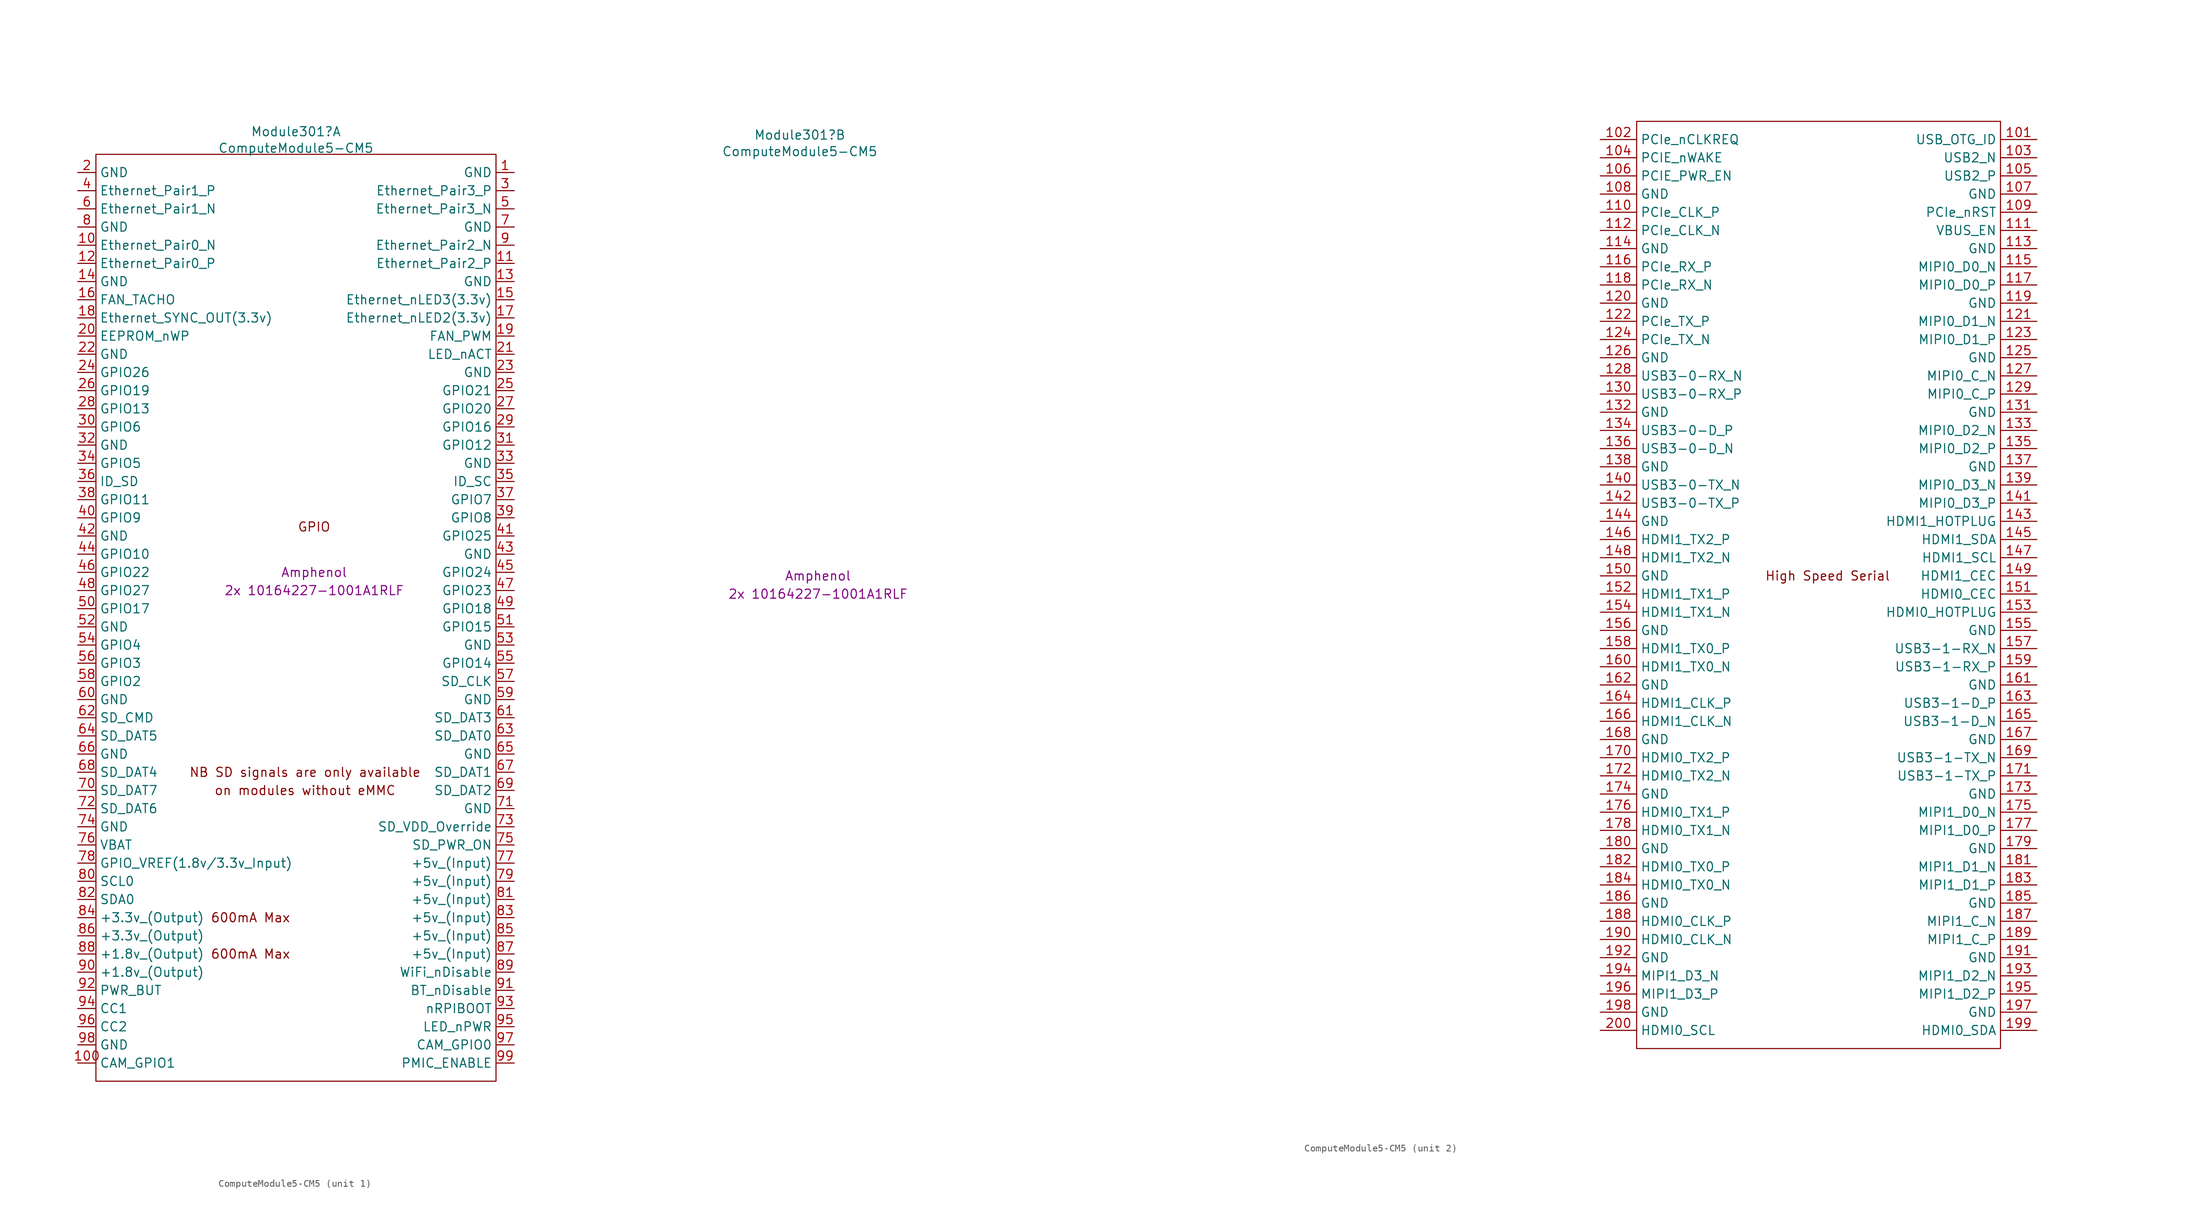
<source format=kicad_sym>
(kicad_symbol_lib
  (version 20231120)
  (generator "kicad_symbol_editor")
  (generator_version "8.0")
  (symbol "ComputeModule5-CM5"
    (property "Reference" "Module301"
      (at -2.54 61.595 0)
      (effects (font (size 1.27 1.27))))
    (property "Value" "ComputeModule5-CM5"
      (at -2.54 59.284 0)
      (effects (font (size 1.27 1.27))))
    (property "Field4" "Amphenol"
      (at 0 0 0)
      (effects (font (size 1.27 1.27))))
    (property "Field5" "2x 10164227-1001A1RLF"
      (at 0 -2.54 0)
      (effects (font (size 1.27 1.27))))
    (property "ki_locked" ""
      (at 0 0 0)
      (effects (font (size 1.27 1.27))))
    (symbol "ComputeModule5-CM5_1_0"
      (text "GPIO" (at 0 6.35 0) (effects (font (size 1.27 1.27)))))
    (symbol "ComputeModule5-CM5_1_1"
      (rectangle (start -30.48 -71.12) (end 25.4 58.42) (stroke (width 0) (type default)) (fill (type none)))
      (text "600mA Max" (at -8.89 -53.34 0) (effects (font (size 1.27 1.27))))
      (text "600mA Max" (at -8.89 -48.26 0) (effects (font (size 1.27 1.27))))
      (text "NB SD signals are only available" (at -1.27 -27.94 0) (effects (font (size 1.27 1.27))))
      (text "on modules without eMMC" (at -1.27 -30.48 0) (effects (font (size 1.27 1.27))))
      (pin power_in line (at 27.94 55.88 180) (length 2.54) (name "GND" (effects (font (size 1.27 1.27)))) (number "1" (effects (font (size 1.27 1.27)))))
      (pin passive line (at -33.02 45.72 0) (length 2.54) (name "Ethernet_Pair0_N" (effects (font (size 1.27 1.27)))) (number "10" (effects (font (size 1.27 1.27)))))
      (pin passive line (at -33.02 -68.58 0) (length 2.54) (name "CAM_GPIO1" (effects (font (size 1.27 1.27)))) (number "100" (effects (font (size 1.27 1.27)))))
      (pin passive line (at 27.94 43.18 180) (length 2.54) (name "Ethernet_Pair2_P" (effects (font (size 1.27 1.27)))) (number "11" (effects (font (size 1.27 1.27)))))
      (pin passive line (at -33.02 43.18 0) (length 2.54) (name "Ethernet_Pair0_P" (effects (font (size 1.27 1.27)))) (number "12" (effects (font (size 1.27 1.27)))))
      (pin power_in line (at 27.94 40.64 180) (length 2.54) (name "GND" (effects (font (size 1.27 1.27)))) (number "13" (effects (font (size 1.27 1.27)))))
      (pin power_in line (at -33.02 40.64 0) (length 2.54) (name "GND" (effects (font (size 1.27 1.27)))) (number "14" (effects (font (size 1.27 1.27)))))
      (pin output line (at 27.94 38.1 180) (length 2.54) (name "Ethernet_nLED3(3.3v)" (effects (font (size 1.27 1.27)))) (number "15" (effects (font (size 1.27 1.27)))))
      (pin input line (at -33.02 38.1 0) (length 2.54) (name "FAN_TACHO" (effects (font (size 1.27 1.27)))) (number "16" (effects (font (size 1.27 1.27)))))
      (pin output line (at 27.94 35.56 180) (length 2.54) (name "Ethernet_nLED2(3.3v)" (effects (font (size 1.27 1.27)))) (number "17" (effects (font (size 1.27 1.27)))))
      (pin input line (at -33.02 35.56 0) (length 2.54) (name "Ethernet_SYNC_OUT(3.3v)" (effects (font (size 1.27 1.27)))) (number "18" (effects (font (size 1.27 1.27)))))
      (pin output line (at 27.94 33.02 180) (length 2.54) (name "FAN_PWM" (effects (font (size 1.27 1.27)))) (number "19" (effects (font (size 1.27 1.27)))))
      (pin power_in line (at -33.02 55.88 0) (length 2.54) (name "GND" (effects (font (size 1.27 1.27)))) (number "2" (effects (font (size 1.27 1.27)))))
      (pin passive line (at -33.02 33.02 0) (length 2.54) (name "EEPROM_nWP" (effects (font (size 1.27 1.27)))) (number "20" (effects (font (size 1.27 1.27)))))
      (pin open_collector line (at 27.94 30.48 180) (length 2.54) (name "LED_nACT" (effects (font (size 1.27 1.27)))) (number "21" (effects (font (size 1.27 1.27)))))
      (pin power_in line (at -33.02 30.48 0) (length 2.54) (name "GND" (effects (font (size 1.27 1.27)))) (number "22" (effects (font (size 1.27 1.27)))))
      (pin power_in line (at 27.94 27.94 180) (length 2.54) (name "GND" (effects (font (size 1.27 1.27)))) (number "23" (effects (font (size 1.27 1.27)))))
      (pin passive line (at -33.02 27.94 0) (length 2.54) (name "GPIO26" (effects (font (size 1.27 1.27)))) (number "24" (effects (font (size 1.27 1.27)))))
      (pin passive line (at 27.94 25.4 180) (length 2.54) (name "GPIO21" (effects (font (size 1.27 1.27)))) (number "25" (effects (font (size 1.27 1.27)))))
      (pin passive line (at -33.02 25.4 0) (length 2.54) (name "GPIO19" (effects (font (size 1.27 1.27)))) (number "26" (effects (font (size 1.27 1.27)))))
      (pin passive line (at 27.94 22.86 180) (length 2.54) (name "GPIO20" (effects (font (size 1.27 1.27)))) (number "27" (effects (font (size 1.27 1.27)))))
      (pin passive line (at -33.02 22.86 0) (length 2.54) (name "GPIO13" (effects (font (size 1.27 1.27)))) (number "28" (effects (font (size 1.27 1.27)))))
      (pin passive line (at 27.94 20.32 180) (length 2.54) (name "GPIO16" (effects (font (size 1.27 1.27)))) (number "29" (effects (font (size 1.27 1.27)))))
      (pin passive line (at 27.94 53.34 180) (length 2.54) (name "Ethernet_Pair3_P" (effects (font (size 1.27 1.27)))) (number "3" (effects (font (size 1.27 1.27)))))
      (pin passive line (at -33.02 20.32 0) (length 2.54) (name "GPIO6" (effects (font (size 1.27 1.27)))) (number "30" (effects (font (size 1.27 1.27)))))
      (pin passive line (at 27.94 17.78 180) (length 2.54) (name "GPIO12" (effects (font (size 1.27 1.27)))) (number "31" (effects (font (size 1.27 1.27)))))
      (pin power_in line (at -33.02 17.78 0) (length 2.54) (name "GND" (effects (font (size 1.27 1.27)))) (number "32" (effects (font (size 1.27 1.27)))))
      (pin power_in line (at 27.94 15.24 180) (length 2.54) (name "GND" (effects (font (size 1.27 1.27)))) (number "33" (effects (font (size 1.27 1.27)))))
      (pin passive line (at -33.02 15.24 0) (length 2.54) (name "GPIO5" (effects (font (size 1.27 1.27)))) (number "34" (effects (font (size 1.27 1.27)))))
      (pin passive line (at 27.94 12.7 180) (length 2.54) (name "ID_SC" (effects (font (size 1.27 1.27)))) (number "35" (effects (font (size 1.27 1.27)))))
      (pin passive line (at -33.02 12.7 0) (length 2.54) (name "ID_SD" (effects (font (size 1.27 1.27)))) (number "36" (effects (font (size 1.27 1.27)))))
      (pin passive line (at 27.94 10.16 180) (length 2.54) (name "GPIO7" (effects (font (size 1.27 1.27)))) (number "37" (effects (font (size 1.27 1.27)))))
      (pin passive line (at -33.02 10.16 0) (length 2.54) (name "GPIO11" (effects (font (size 1.27 1.27)))) (number "38" (effects (font (size 1.27 1.27)))))
      (pin passive line (at 27.94 7.62 180) (length 2.54) (name "GPIO8" (effects (font (size 1.27 1.27)))) (number "39" (effects (font (size 1.27 1.27)))))
      (pin passive line (at -33.02 53.34 0) (length 2.54) (name "Ethernet_Pair1_P" (effects (font (size 1.27 1.27)))) (number "4" (effects (font (size 1.27 1.27)))))
      (pin passive line (at -33.02 7.62 0) (length 2.54) (name "GPIO9" (effects (font (size 1.27 1.27)))) (number "40" (effects (font (size 1.27 1.27)))))
      (pin passive line (at 27.94 5.08 180) (length 2.54) (name "GPIO25" (effects (font (size 1.27 1.27)))) (number "41" (effects (font (size 1.27 1.27)))))
      (pin power_in line (at -33.02 5.08 0) (length 2.54) (name "GND" (effects (font (size 1.27 1.27)))) (number "42" (effects (font (size 1.27 1.27)))))
      (pin power_in line (at 27.94 2.54 180) (length 2.54) (name "GND" (effects (font (size 1.27 1.27)))) (number "43" (effects (font (size 1.27 1.27)))))
      (pin passive line (at -33.02 2.54 0) (length 2.54) (name "GPIO10" (effects (font (size 1.27 1.27)))) (number "44" (effects (font (size 1.27 1.27)))))
      (pin passive line (at 27.94 0 180) (length 2.54) (name "GPIO24" (effects (font (size 1.27 1.27)))) (number "45" (effects (font (size 1.27 1.27)))))
      (pin passive line (at -33.02 0 0) (length 2.54) (name "GPIO22" (effects (font (size 1.27 1.27)))) (number "46" (effects (font (size 1.27 1.27)))))
      (pin passive line (at 27.94 -2.54 180) (length 2.54) (name "GPIO23" (effects (font (size 1.27 1.27)))) (number "47" (effects (font (size 1.27 1.27)))))
      (pin passive line (at -33.02 -2.54 0) (length 2.54) (name "GPIO27" (effects (font (size 1.27 1.27)))) (number "48" (effects (font (size 1.27 1.27)))))
      (pin passive line (at 27.94 -5.08 180) (length 2.54) (name "GPIO18" (effects (font (size 1.27 1.27)))) (number "49" (effects (font (size 1.27 1.27)))))
      (pin passive line (at 27.94 50.8 180) (length 2.54) (name "Ethernet_Pair3_N" (effects (font (size 1.27 1.27)))) (number "5" (effects (font (size 1.27 1.27)))))
      (pin passive line (at -33.02 -5.08 0) (length 2.54) (name "GPIO17" (effects (font (size 1.27 1.27)))) (number "50" (effects (font (size 1.27 1.27)))))
      (pin passive line (at 27.94 -7.62 180) (length 2.54) (name "GPIO15" (effects (font (size 1.27 1.27)))) (number "51" (effects (font (size 1.27 1.27)))))
      (pin power_in line (at -33.02 -7.62 0) (length 2.54) (name "GND" (effects (font (size 1.27 1.27)))) (number "52" (effects (font (size 1.27 1.27)))))
      (pin power_in line (at 27.94 -10.16 180) (length 2.54) (name "GND" (effects (font (size 1.27 1.27)))) (number "53" (effects (font (size 1.27 1.27)))))
      (pin passive line (at -33.02 -10.16 0) (length 2.54) (name "GPIO4" (effects (font (size 1.27 1.27)))) (number "54" (effects (font (size 1.27 1.27)))))
      (pin passive line (at 27.94 -12.7 180) (length 2.54) (name "GPIO14" (effects (font (size 1.27 1.27)))) (number "55" (effects (font (size 1.27 1.27)))))
      (pin passive line (at -33.02 -12.7 0) (length 2.54) (name "GPIO3" (effects (font (size 1.27 1.27)))) (number "56" (effects (font (size 1.27 1.27)))))
      (pin passive line (at 27.94 -15.24 180) (length 2.54) (name "SD_CLK" (effects (font (size 1.27 1.27)))) (number "57" (effects (font (size 1.27 1.27)))))
      (pin passive line (at -33.02 -15.24 0) (length 2.54) (name "GPIO2" (effects (font (size 1.27 1.27)))) (number "58" (effects (font (size 1.27 1.27)))))
      (pin power_in line (at 27.94 -17.78 180) (length 2.54) (name "GND" (effects (font (size 1.27 1.27)))) (number "59" (effects (font (size 1.27 1.27)))))
      (pin passive line (at -33.02 50.8 0) (length 2.54) (name "Ethernet_Pair1_N" (effects (font (size 1.27 1.27)))) (number "6" (effects (font (size 1.27 1.27)))))
      (pin power_in line (at -33.02 -17.78 0) (length 2.54) (name "GND" (effects (font (size 1.27 1.27)))) (number "60" (effects (font (size 1.27 1.27)))))
      (pin passive line (at 27.94 -20.32 180) (length 2.54) (name "SD_DAT3" (effects (font (size 1.27 1.27)))) (number "61" (effects (font (size 1.27 1.27)))))
      (pin passive line (at -33.02 -20.32 0) (length 2.54) (name "SD_CMD" (effects (font (size 1.27 1.27)))) (number "62" (effects (font (size 1.27 1.27)))))
      (pin passive line (at 27.94 -22.86 180) (length 2.54) (name "SD_DAT0" (effects (font (size 1.27 1.27)))) (number "63" (effects (font (size 1.27 1.27)))))
      (pin passive line (at -33.02 -22.86 0) (length 2.54) (name "SD_DAT5" (effects (font (size 1.27 1.27)))) (number "64" (effects (font (size 1.27 1.27)))))
      (pin power_in line (at 27.94 -25.4 180) (length 2.54) (name "GND" (effects (font (size 1.27 1.27)))) (number "65" (effects (font (size 1.27 1.27)))))
      (pin power_in line (at -33.02 -25.4 0) (length 2.54) (name "GND" (effects (font (size 1.27 1.27)))) (number "66" (effects (font (size 1.27 1.27)))))
      (pin passive line (at 27.94 -27.94 180) (length 2.54) (name "SD_DAT1" (effects (font (size 1.27 1.27)))) (number "67" (effects (font (size 1.27 1.27)))))
      (pin passive line (at -33.02 -27.94 0) (length 2.54) (name "SD_DAT4" (effects (font (size 1.27 1.27)))) (number "68" (effects (font (size 1.27 1.27)))))
      (pin passive line (at 27.94 -30.48 180) (length 2.54) (name "SD_DAT2" (effects (font (size 1.27 1.27)))) (number "69" (effects (font (size 1.27 1.27)))))
      (pin power_in line (at 27.94 48.26 180) (length 2.54) (name "GND" (effects (font (size 1.27 1.27)))) (number "7" (effects (font (size 1.27 1.27)))))
      (pin passive line (at -33.02 -30.48 0) (length 2.54) (name "SD_DAT7" (effects (font (size 1.27 1.27)))) (number "70" (effects (font (size 1.27 1.27)))))
      (pin power_in line (at 27.94 -33.02 180) (length 2.54) (name "GND" (effects (font (size 1.27 1.27)))) (number "71" (effects (font (size 1.27 1.27)))))
      (pin passive line (at -33.02 -33.02 0) (length 2.54) (name "SD_DAT6" (effects (font (size 1.27 1.27)))) (number "72" (effects (font (size 1.27 1.27)))))
      (pin input line (at 27.94 -35.56 180) (length 2.54) (name "SD_VDD_Override" (effects (font (size 1.27 1.27)))) (number "73" (effects (font (size 1.27 1.27)))))
      (pin power_in line (at -33.02 -35.56 0) (length 2.54) (name "GND" (effects (font (size 1.27 1.27)))) (number "74" (effects (font (size 1.27 1.27)))))
      (pin output line (at 27.94 -38.1 180) (length 2.54) (name "SD_PWR_ON" (effects (font (size 1.27 1.27)))) (number "75" (effects (font (size 1.27 1.27)))))
      (pin passive line (at -33.02 -38.1 0) (length 2.54) (name "VBAT" (effects (font (size 1.27 1.27)))) (number "76" (effects (font (size 1.27 1.27)))))
      (pin power_in line (at 27.94 -40.64 180) (length 2.54) (name "+5v_(Input)" (effects (font (size 1.27 1.27)))) (number "77" (effects (font (size 1.27 1.27)))))
      (pin power_in line (at -33.02 -40.64 0) (length 2.54) (name "GPIO_VREF(1.8v/3.3v_Input)" (effects (font (size 1.27 1.27)))) (number "78" (effects (font (size 1.27 1.27)))))
      (pin power_in line (at 27.94 -43.18 180) (length 2.54) (name "+5v_(Input)" (effects (font (size 1.27 1.27)))) (number "79" (effects (font (size 1.27 1.27)))))
      (pin power_in line (at -33.02 48.26 0) (length 2.54) (name "GND" (effects (font (size 1.27 1.27)))) (number "8" (effects (font (size 1.27 1.27)))))
      (pin passive line (at -33.02 -43.18 0) (length 2.54) (name "SCL0" (effects (font (size 1.27 1.27)))) (number "80" (effects (font (size 1.27 1.27)))))
      (pin power_in line (at 27.94 -45.72 180) (length 2.54) (name "+5v_(Input)" (effects (font (size 1.27 1.27)))) (number "81" (effects (font (size 1.27 1.27)))))
      (pin passive line (at -33.02 -45.72 0) (length 2.54) (name "SDA0" (effects (font (size 1.27 1.27)))) (number "82" (effects (font (size 1.27 1.27)))))
      (pin power_in line (at 27.94 -48.26 180) (length 2.54) (name "+5v_(Input)" (effects (font (size 1.27 1.27)))) (number "83" (effects (font (size 1.27 1.27)))))
      (pin power_out line (at -33.02 -48.26 0) (length 2.54) (name "+3.3v_(Output)" (effects (font (size 1.27 1.27)))) (number "84" (effects (font (size 1.27 1.27)))))
      (pin power_in line (at 27.94 -50.8 180) (length 2.54) (name "+5v_(Input)" (effects (font (size 1.27 1.27)))) (number "85" (effects (font (size 1.27 1.27)))))
      (pin passive line (at -33.02 -50.8 0) (length 2.54) (name "+3.3v_(Output)" (effects (font (size 1.27 1.27)))) (number "86" (effects (font (size 1.27 1.27)))))
      (pin power_in line (at 27.94 -53.34 180) (length 2.54) (name "+5v_(Input)" (effects (font (size 1.27 1.27)))) (number "87" (effects (font (size 1.27 1.27)))))
      (pin power_out line (at -33.02 -53.34 0) (length 2.54) (name "+1.8v_(Output)" (effects (font (size 1.27 1.27)))) (number "88" (effects (font (size 1.27 1.27)))))
      (pin input line (at 27.94 -55.88 180) (length 2.54) (name "WiFi_nDisable" (effects (font (size 1.27 1.27)))) (number "89" (effects (font (size 1.27 1.27)))))
      (pin passive line (at 27.94 45.72 180) (length 2.54) (name "Ethernet_Pair2_N" (effects (font (size 1.27 1.27)))) (number "9" (effects (font (size 1.27 1.27)))))
      (pin passive line (at -33.02 -55.88 0) (length 2.54) (name "+1.8v_(Output)" (effects (font (size 1.27 1.27)))) (number "90" (effects (font (size 1.27 1.27)))))
      (pin input line (at 27.94 -58.42 180) (length 2.54) (name "BT_nDisable" (effects (font (size 1.27 1.27)))) (number "91" (effects (font (size 1.27 1.27)))))
      (pin passive line (at -33.02 -58.42 0) (length 2.54) (name "PWR_BUT" (effects (font (size 1.27 1.27)))) (number "92" (effects (font (size 1.27 1.27)))))
      (pin input line (at 27.94 -60.96 180) (length 2.54) (name "nRPIBOOT" (effects (font (size 1.27 1.27)))) (number "93" (effects (font (size 1.27 1.27)))))
      (pin passive line (at -33.02 -60.96 0) (length 2.54) (name "CC1" (effects (font (size 1.27 1.27)))) (number "94" (effects (font (size 1.27 1.27)))))
      (pin output line (at 27.94 -63.5 180) (length 2.54) (name "LED_nPWR" (effects (font (size 1.27 1.27)))) (number "95" (effects (font (size 1.27 1.27)))))
      (pin passive line (at -33.02 -63.5 0) (length 2.54) (name "CC2" (effects (font (size 1.27 1.27)))) (number "96" (effects (font (size 1.27 1.27)))))
      (pin passive line (at 27.94 -66.04 180) (length 2.54) (name "CAM_GPIO0" (effects (font (size 1.27 1.27)))) (number "97" (effects (font (size 1.27 1.27)))))
      (pin power_in line (at -33.02 -66.04 0) (length 2.54) (name "GND" (effects (font (size 1.27 1.27)))) (number "98" (effects (font (size 1.27 1.27)))))
      (pin input line (at 27.94 -68.58 180) (length 2.54) (name "PMIC_ENABLE" (effects (font (size 1.27 1.27)))) (number "99" (effects (font (size 1.27 1.27))))))
    (symbol "ComputeModule5-CM5_2_1"
      (rectangle (start 114.3 -66.04) (end 165.1 63.5) (stroke (width 0) (type default)) (fill (type none)))
      (text "High Speed Serial" (at 140.97 0 0) (effects (font (size 1.27 1.27))))
      (pin input line (at 170.18 60.96 180) (length 5.08) (name "USB_OTG_ID" (effects (font (size 1.27 1.27)))) (number "101" (effects (font (size 1.27 1.27)))))
      (pin input line (at 109.22 60.96 0) (length 5.08) (name "PCIe_nCLKREQ" (effects (font (size 1.27 1.27)))) (number "102" (effects (font (size 1.27 1.27)))))
      (pin passive line (at 170.18 58.42 180) (length 5.08) (name "USB2_N" (effects (font (size 1.27 1.27)))) (number "103" (effects (font (size 1.27 1.27)))))
      (pin input line (at 109.22 58.42 0) (length 5.08) (name "PCIE_nWAKE" (effects (font (size 1.27 1.27)))) (number "104" (effects (font (size 1.27 1.27)))))
      (pin passive line (at 170.18 55.88 180) (length 5.08) (name "USB2_P" (effects (font (size 1.27 1.27)))) (number "105" (effects (font (size 1.27 1.27)))))
      (pin output line (at 109.22 55.88 0) (length 5.08) (name "PCIE_PWR_EN" (effects (font (size 1.27 1.27)))) (number "106" (effects (font (size 1.27 1.27)))))
      (pin power_in line (at 170.18 53.34 180) (length 5.08) (name "GND" (effects (font (size 1.27 1.27)))) (number "107" (effects (font (size 1.27 1.27)))))
      (pin power_in line (at 109.22 53.34 0) (length 5.08) (name "GND" (effects (font (size 1.27 1.27)))) (number "108" (effects (font (size 1.27 1.27)))))
      (pin output line (at 170.18 50.8 180) (length 5.08) (name "PCIe_nRST" (effects (font (size 1.27 1.27)))) (number "109" (effects (font (size 1.27 1.27)))))
      (pin output line (at 109.22 50.8 0) (length 5.08) (name "PCIe_CLK_P" (effects (font (size 1.27 1.27)))) (number "110" (effects (font (size 1.27 1.27)))))
      (pin output line (at 170.18 48.26 180) (length 5.08) (name "VBUS_EN" (effects (font (size 1.27 1.27)))) (number "111" (effects (font (size 1.27 1.27)))))
      (pin output line (at 109.22 48.26 0) (length 5.08) (name "PCIe_CLK_N" (effects (font (size 1.27 1.27)))) (number "112" (effects (font (size 1.27 1.27)))))
      (pin power_in line (at 170.18 45.72 180) (length 5.08) (name "GND" (effects (font (size 1.27 1.27)))) (number "113" (effects (font (size 1.27 1.27)))))
      (pin power_in line (at 109.22 45.72 0) (length 5.08) (name "GND" (effects (font (size 1.27 1.27)))) (number "114" (effects (font (size 1.27 1.27)))))
      (pin input line (at 170.18 43.18 180) (length 5.08) (name "MIPI0_D0_N" (effects (font (size 1.27 1.27)))) (number "115" (effects (font (size 1.27 1.27)))))
      (pin input line (at 109.22 43.18 0) (length 5.08) (name "PCIe_RX_P" (effects (font (size 1.27 1.27)))) (number "116" (effects (font (size 1.27 1.27)))))
      (pin input line (at 170.18 40.64 180) (length 5.08) (name "MIPI0_D0_P" (effects (font (size 1.27 1.27)))) (number "117" (effects (font (size 1.27 1.27)))))
      (pin input line (at 109.22 40.64 0) (length 5.08) (name "PCIe_RX_N" (effects (font (size 1.27 1.27)))) (number "118" (effects (font (size 1.27 1.27)))))
      (pin power_in line (at 170.18 38.1 180) (length 5.08) (name "GND" (effects (font (size 1.27 1.27)))) (number "119" (effects (font (size 1.27 1.27)))))
      (pin power_in line (at 109.22 38.1 0) (length 5.08) (name "GND" (effects (font (size 1.27 1.27)))) (number "120" (effects (font (size 1.27 1.27)))))
      (pin input line (at 170.18 35.56 180) (length 5.08) (name "MIPI0_D1_N" (effects (font (size 1.27 1.27)))) (number "121" (effects (font (size 1.27 1.27)))))
      (pin output line (at 109.22 35.56 0) (length 5.08) (name "PCIe_TX_P" (effects (font (size 1.27 1.27)))) (number "122" (effects (font (size 1.27 1.27)))))
      (pin input line (at 170.18 33.02 180) (length 5.08) (name "MIPI0_D1_P" (effects (font (size 1.27 1.27)))) (number "123" (effects (font (size 1.27 1.27)))))
      (pin output line (at 109.22 33.02 0) (length 5.08) (name "PCIe_TX_N" (effects (font (size 1.27 1.27)))) (number "124" (effects (font (size 1.27 1.27)))))
      (pin power_in line (at 170.18 30.48 180) (length 5.08) (name "GND" (effects (font (size 1.27 1.27)))) (number "125" (effects (font (size 1.27 1.27)))))
      (pin power_in line (at 109.22 30.48 0) (length 5.08) (name "GND" (effects (font (size 1.27 1.27)))) (number "126" (effects (font (size 1.27 1.27)))))
      (pin input line (at 170.18 27.94 180) (length 5.08) (name "MIPI0_C_N" (effects (font (size 1.27 1.27)))) (number "127" (effects (font (size 1.27 1.27)))))
      (pin input line (at 109.22 27.94 0) (length 5.08) (name "USB3-0-RX_N" (effects (font (size 1.27 1.27)))) (number "128" (effects (font (size 1.27 1.27)))))
      (pin input line (at 170.18 25.4 180) (length 5.08) (name "MIPI0_C_P" (effects (font (size 1.27 1.27)))) (number "129" (effects (font (size 1.27 1.27)))))
      (pin input line (at 109.22 25.4 0) (length 5.08) (name "USB3-0-RX_P" (effects (font (size 1.27 1.27)))) (number "130" (effects (font (size 1.27 1.27)))))
      (pin power_in line (at 170.18 22.86 180) (length 5.08) (name "GND" (effects (font (size 1.27 1.27)))) (number "131" (effects (font (size 1.27 1.27)))))
      (pin power_in line (at 109.22 22.86 0) (length 5.08) (name "GND" (effects (font (size 1.27 1.27)))) (number "132" (effects (font (size 1.27 1.27)))))
      (pin input line (at 170.18 20.32 180) (length 5.08) (name "MIPI0_D2_N" (effects (font (size 1.27 1.27)))) (number "133" (effects (font (size 1.27 1.27)))))
      (pin passive line (at 109.22 20.32 0) (length 5.08) (name "USB3-0-D_P" (effects (font (size 1.27 1.27)))) (number "134" (effects (font (size 1.27 1.27)))))
      (pin input line (at 170.18 17.78 180) (length 5.08) (name "MIPI0_D2_P" (effects (font (size 1.27 1.27)))) (number "135" (effects (font (size 1.27 1.27)))))
      (pin passive line (at 109.22 17.78 0) (length 5.08) (name "USB3-0-D_N" (effects (font (size 1.27 1.27)))) (number "136" (effects (font (size 1.27 1.27)))))
      (pin power_in line (at 170.18 15.24 180) (length 5.08) (name "GND" (effects (font (size 1.27 1.27)))) (number "137" (effects (font (size 1.27 1.27)))))
      (pin power_in line (at 109.22 15.24 0) (length 5.08) (name "GND" (effects (font (size 1.27 1.27)))) (number "138" (effects (font (size 1.27 1.27)))))
      (pin input line (at 170.18 12.7 180) (length 5.08) (name "MIPI0_D3_N" (effects (font (size 1.27 1.27)))) (number "139" (effects (font (size 1.27 1.27)))))
      (pin output line (at 109.22 12.7 0) (length 5.08) (name "USB3-0-TX_N" (effects (font (size 1.27 1.27)))) (number "140" (effects (font (size 1.27 1.27)))))
      (pin input line (at 170.18 10.16 180) (length 5.08) (name "MIPI0_D3_P" (effects (font (size 1.27 1.27)))) (number "141" (effects (font (size 1.27 1.27)))))
      (pin output line (at 109.22 10.16 0) (length 5.08) (name "USB3-0-TX_P" (effects (font (size 1.27 1.27)))) (number "142" (effects (font (size 1.27 1.27)))))
      (pin input line (at 170.18 7.62 180) (length 5.08) (name "HDMI1_HOTPLUG" (effects (font (size 1.27 1.27)))) (number "143" (effects (font (size 1.27 1.27)))))
      (pin power_in line (at 109.22 7.62 0) (length 5.08) (name "GND" (effects (font (size 1.27 1.27)))) (number "144" (effects (font (size 1.27 1.27)))))
      (pin bidirectional line (at 170.18 5.08 180) (length 5.08) (name "HDMI1_SDA" (effects (font (size 1.27 1.27)))) (number "145" (effects (font (size 1.27 1.27)))))
      (pin output line (at 109.22 5.08 0) (length 5.08) (name "HDMI1_TX2_P" (effects (font (size 1.27 1.27)))) (number "146" (effects (font (size 1.27 1.27)))))
      (pin open_collector line (at 170.18 2.54 180) (length 5.08) (name "HDMI1_SCL" (effects (font (size 1.27 1.27)))) (number "147" (effects (font (size 1.27 1.27)))))
      (pin output line (at 109.22 2.54 0) (length 5.08) (name "HDMI1_TX2_N" (effects (font (size 1.27 1.27)))) (number "148" (effects (font (size 1.27 1.27)))))
      (pin open_collector line (at 170.18 0 180) (length 5.08) (name "HDMI1_CEC" (effects (font (size 1.27 1.27)))) (number "149" (effects (font (size 1.27 1.27)))))
      (pin power_in line (at 109.22 0 0) (length 5.08) (name "GND" (effects (font (size 1.27 1.27)))) (number "150" (effects (font (size 1.27 1.27)))))
      (pin open_collector line (at 170.18 -2.54 180) (length 5.08) (name "HDMI0_CEC" (effects (font (size 1.27 1.27)))) (number "151" (effects (font (size 1.27 1.27)))))
      (pin output line (at 109.22 -2.54 0) (length 5.08) (name "HDMI1_TX1_P" (effects (font (size 1.27 1.27)))) (number "152" (effects (font (size 1.27 1.27)))))
      (pin input line (at 170.18 -5.08 180) (length 5.08) (name "HDMI0_HOTPLUG" (effects (font (size 1.27 1.27)))) (number "153" (effects (font (size 1.27 1.27)))))
      (pin output line (at 109.22 -5.08 0) (length 5.08) (name "HDMI1_TX1_N" (effects (font (size 1.27 1.27)))) (number "154" (effects (font (size 1.27 1.27)))))
      (pin power_in line (at 170.18 -7.62 180) (length 5.08) (name "GND" (effects (font (size 1.27 1.27)))) (number "155" (effects (font (size 1.27 1.27)))))
      (pin power_in line (at 109.22 -7.62 0) (length 5.08) (name "GND" (effects (font (size 1.27 1.27)))) (number "156" (effects (font (size 1.27 1.27)))))
      (pin input line (at 170.18 -10.16 180) (length 5.08) (name "USB3-1-RX_N" (effects (font (size 1.27 1.27)))) (number "157" (effects (font (size 1.27 1.27)))))
      (pin output line (at 109.22 -10.16 0) (length 5.08) (name "HDMI1_TX0_P" (effects (font (size 1.27 1.27)))) (number "158" (effects (font (size 1.27 1.27)))))
      (pin input line (at 170.18 -12.7 180) (length 5.08) (name "USB3-1-RX_P" (effects (font (size 1.27 1.27)))) (number "159" (effects (font (size 1.27 1.27)))))
      (pin output line (at 109.22 -12.7 0) (length 5.08) (name "HDMI1_TX0_N" (effects (font (size 1.27 1.27)))) (number "160" (effects (font (size 1.27 1.27)))))
      (pin power_in line (at 170.18 -15.24 180) (length 5.08) (name "GND" (effects (font (size 1.27 1.27)))) (number "161" (effects (font (size 1.27 1.27)))))
      (pin power_in line (at 109.22 -15.24 0) (length 5.08) (name "GND" (effects (font (size 1.27 1.27)))) (number "162" (effects (font (size 1.27 1.27)))))
      (pin passive line (at 170.18 -17.78 180) (length 5.08) (name "USB3-1-D_P" (effects (font (size 1.27 1.27)))) (number "163" (effects (font (size 1.27 1.27)))))
      (pin output line (at 109.22 -17.78 0) (length 5.08) (name "HDMI1_CLK_P" (effects (font (size 1.27 1.27)))) (number "164" (effects (font (size 1.27 1.27)))))
      (pin passive line (at 170.18 -20.32 180) (length 5.08) (name "USB3-1-D_N" (effects (font (size 1.27 1.27)))) (number "165" (effects (font (size 1.27 1.27)))))
      (pin output line (at 109.22 -20.32 0) (length 5.08) (name "HDMI1_CLK_N" (effects (font (size 1.27 1.27)))) (number "166" (effects (font (size 1.27 1.27)))))
      (pin power_in line (at 170.18 -22.86 180) (length 5.08) (name "GND" (effects (font (size 1.27 1.27)))) (number "167" (effects (font (size 1.27 1.27)))))
      (pin power_in line (at 109.22 -22.86 0) (length 5.08) (name "GND" (effects (font (size 1.27 1.27)))) (number "168" (effects (font (size 1.27 1.27)))))
      (pin output line (at 170.18 -25.4 180) (length 5.08) (name "USB3-1-TX_N" (effects (font (size 1.27 1.27)))) (number "169" (effects (font (size 1.27 1.27)))))
      (pin output line (at 109.22 -25.4 0) (length 5.08) (name "HDMI0_TX2_P" (effects (font (size 1.27 1.27)))) (number "170" (effects (font (size 1.27 1.27)))))
      (pin output line (at 170.18 -27.94 180) (length 5.08) (name "USB3-1-TX_P" (effects (font (size 1.27 1.27)))) (number "171" (effects (font (size 1.27 1.27)))))
      (pin output line (at 109.22 -27.94 0) (length 5.08) (name "HDMI0_TX2_N" (effects (font (size 1.27 1.27)))) (number "172" (effects (font (size 1.27 1.27)))))
      (pin power_in line (at 170.18 -30.48 180) (length 5.08) (name "GND" (effects (font (size 1.27 1.27)))) (number "173" (effects (font (size 1.27 1.27)))))
      (pin power_in line (at 109.22 -30.48 0) (length 5.08) (name "GND" (effects (font (size 1.27 1.27)))) (number "174" (effects (font (size 1.27 1.27)))))
      (pin output line (at 170.18 -33.02 180) (length 5.08) (name "MIPI1_D0_N" (effects (font (size 1.27 1.27)))) (number "175" (effects (font (size 1.27 1.27)))))
      (pin output line (at 109.22 -33.02 0) (length 5.08) (name "HDMI0_TX1_P" (effects (font (size 1.27 1.27)))) (number "176" (effects (font (size 1.27 1.27)))))
      (pin output line (at 170.18 -35.56 180) (length 5.08) (name "MIPI1_D0_P" (effects (font (size 1.27 1.27)))) (number "177" (effects (font (size 1.27 1.27)))))
      (pin output line (at 109.22 -35.56 0) (length 5.08) (name "HDMI0_TX1_N" (effects (font (size 1.27 1.27)))) (number "178" (effects (font (size 1.27 1.27)))))
      (pin power_in line (at 170.18 -38.1 180) (length 5.08) (name "GND" (effects (font (size 1.27 1.27)))) (number "179" (effects (font (size 1.27 1.27)))))
      (pin power_in line (at 109.22 -38.1 0) (length 5.08) (name "GND" (effects (font (size 1.27 1.27)))) (number "180" (effects (font (size 1.27 1.27)))))
      (pin output line (at 170.18 -40.64 180) (length 5.08) (name "MIPI1_D1_N" (effects (font (size 1.27 1.27)))) (number "181" (effects (font (size 1.27 1.27)))))
      (pin output line (at 109.22 -40.64 0) (length 5.08) (name "HDMI0_TX0_P" (effects (font (size 1.27 1.27)))) (number "182" (effects (font (size 1.27 1.27)))))
      (pin output line (at 170.18 -43.18 180) (length 5.08) (name "MIPI1_D1_P" (effects (font (size 1.27 1.27)))) (number "183" (effects (font (size 1.27 1.27)))))
      (pin output line (at 109.22 -43.18 0) (length 5.08) (name "HDMI0_TX0_N" (effects (font (size 1.27 1.27)))) (number "184" (effects (font (size 1.27 1.27)))))
      (pin power_in line (at 170.18 -45.72 180) (length 5.08) (name "GND" (effects (font (size 1.27 1.27)))) (number "185" (effects (font (size 1.27 1.27)))))
      (pin power_in line (at 109.22 -45.72 0) (length 5.08) (name "GND" (effects (font (size 1.27 1.27)))) (number "186" (effects (font (size 1.27 1.27)))))
      (pin output line (at 170.18 -48.26 180) (length 5.08) (name "MIPI1_C_N" (effects (font (size 1.27 1.27)))) (number "187" (effects (font (size 1.27 1.27)))))
      (pin output line (at 109.22 -48.26 0) (length 5.08) (name "HDMI0_CLK_P" (effects (font (size 1.27 1.27)))) (number "188" (effects (font (size 1.27 1.27)))))
      (pin output line (at 170.18 -50.8 180) (length 5.08) (name "MIPI1_C_P" (effects (font (size 1.27 1.27)))) (number "189" (effects (font (size 1.27 1.27)))))
      (pin output line (at 109.22 -50.8 0) (length 5.08) (name "HDMI0_CLK_N" (effects (font (size 1.27 1.27)))) (number "190" (effects (font (size 1.27 1.27)))))
      (pin power_in line (at 170.18 -53.34 180) (length 5.08) (name "GND" (effects (font (size 1.27 1.27)))) (number "191" (effects (font (size 1.27 1.27)))))
      (pin power_in line (at 109.22 -53.34 0) (length 5.08) (name "GND" (effects (font (size 1.27 1.27)))) (number "192" (effects (font (size 1.27 1.27)))))
      (pin output line (at 170.18 -55.88 180) (length 5.08) (name "MIPI1_D2_N" (effects (font (size 1.27 1.27)))) (number "193" (effects (font (size 1.27 1.27)))))
      (pin output line (at 109.22 -55.88 0) (length 5.08) (name "MIPI1_D3_N" (effects (font (size 1.27 1.27)))) (number "194" (effects (font (size 1.27 1.27)))))
      (pin output line (at 170.18 -58.42 180) (length 5.08) (name "MIPI1_D2_P" (effects (font (size 1.27 1.27)))) (number "195" (effects (font (size 1.27 1.27)))))
      (pin output line (at 109.22 -58.42 0) (length 5.08) (name "MIPI1_D3_P" (effects (font (size 1.27 1.27)))) (number "196" (effects (font (size 1.27 1.27)))))
      (pin power_in line (at 170.18 -60.96 180) (length 5.08) (name "GND" (effects (font (size 1.27 1.27)))) (number "197" (effects (font (size 1.27 1.27)))))
      (pin power_in line (at 109.22 -60.96 0) (length 5.08) (name "GND" (effects (font (size 1.27 1.27)))) (number "198" (effects (font (size 1.27 1.27)))))
      (pin bidirectional line (at 170.18 -63.5 180) (length 5.08) (name "HDMI0_SDA" (effects (font (size 1.27 1.27)))) (number "199" (effects (font (size 1.27 1.27)))))
      (pin open_collector line (at 109.22 -63.5 0) (length 5.08) (name "HDMI0_SCL" (effects (font (size 1.27 1.27)))) (number "200" (effects (font (size 1.27 1.27))))))))
</source>
